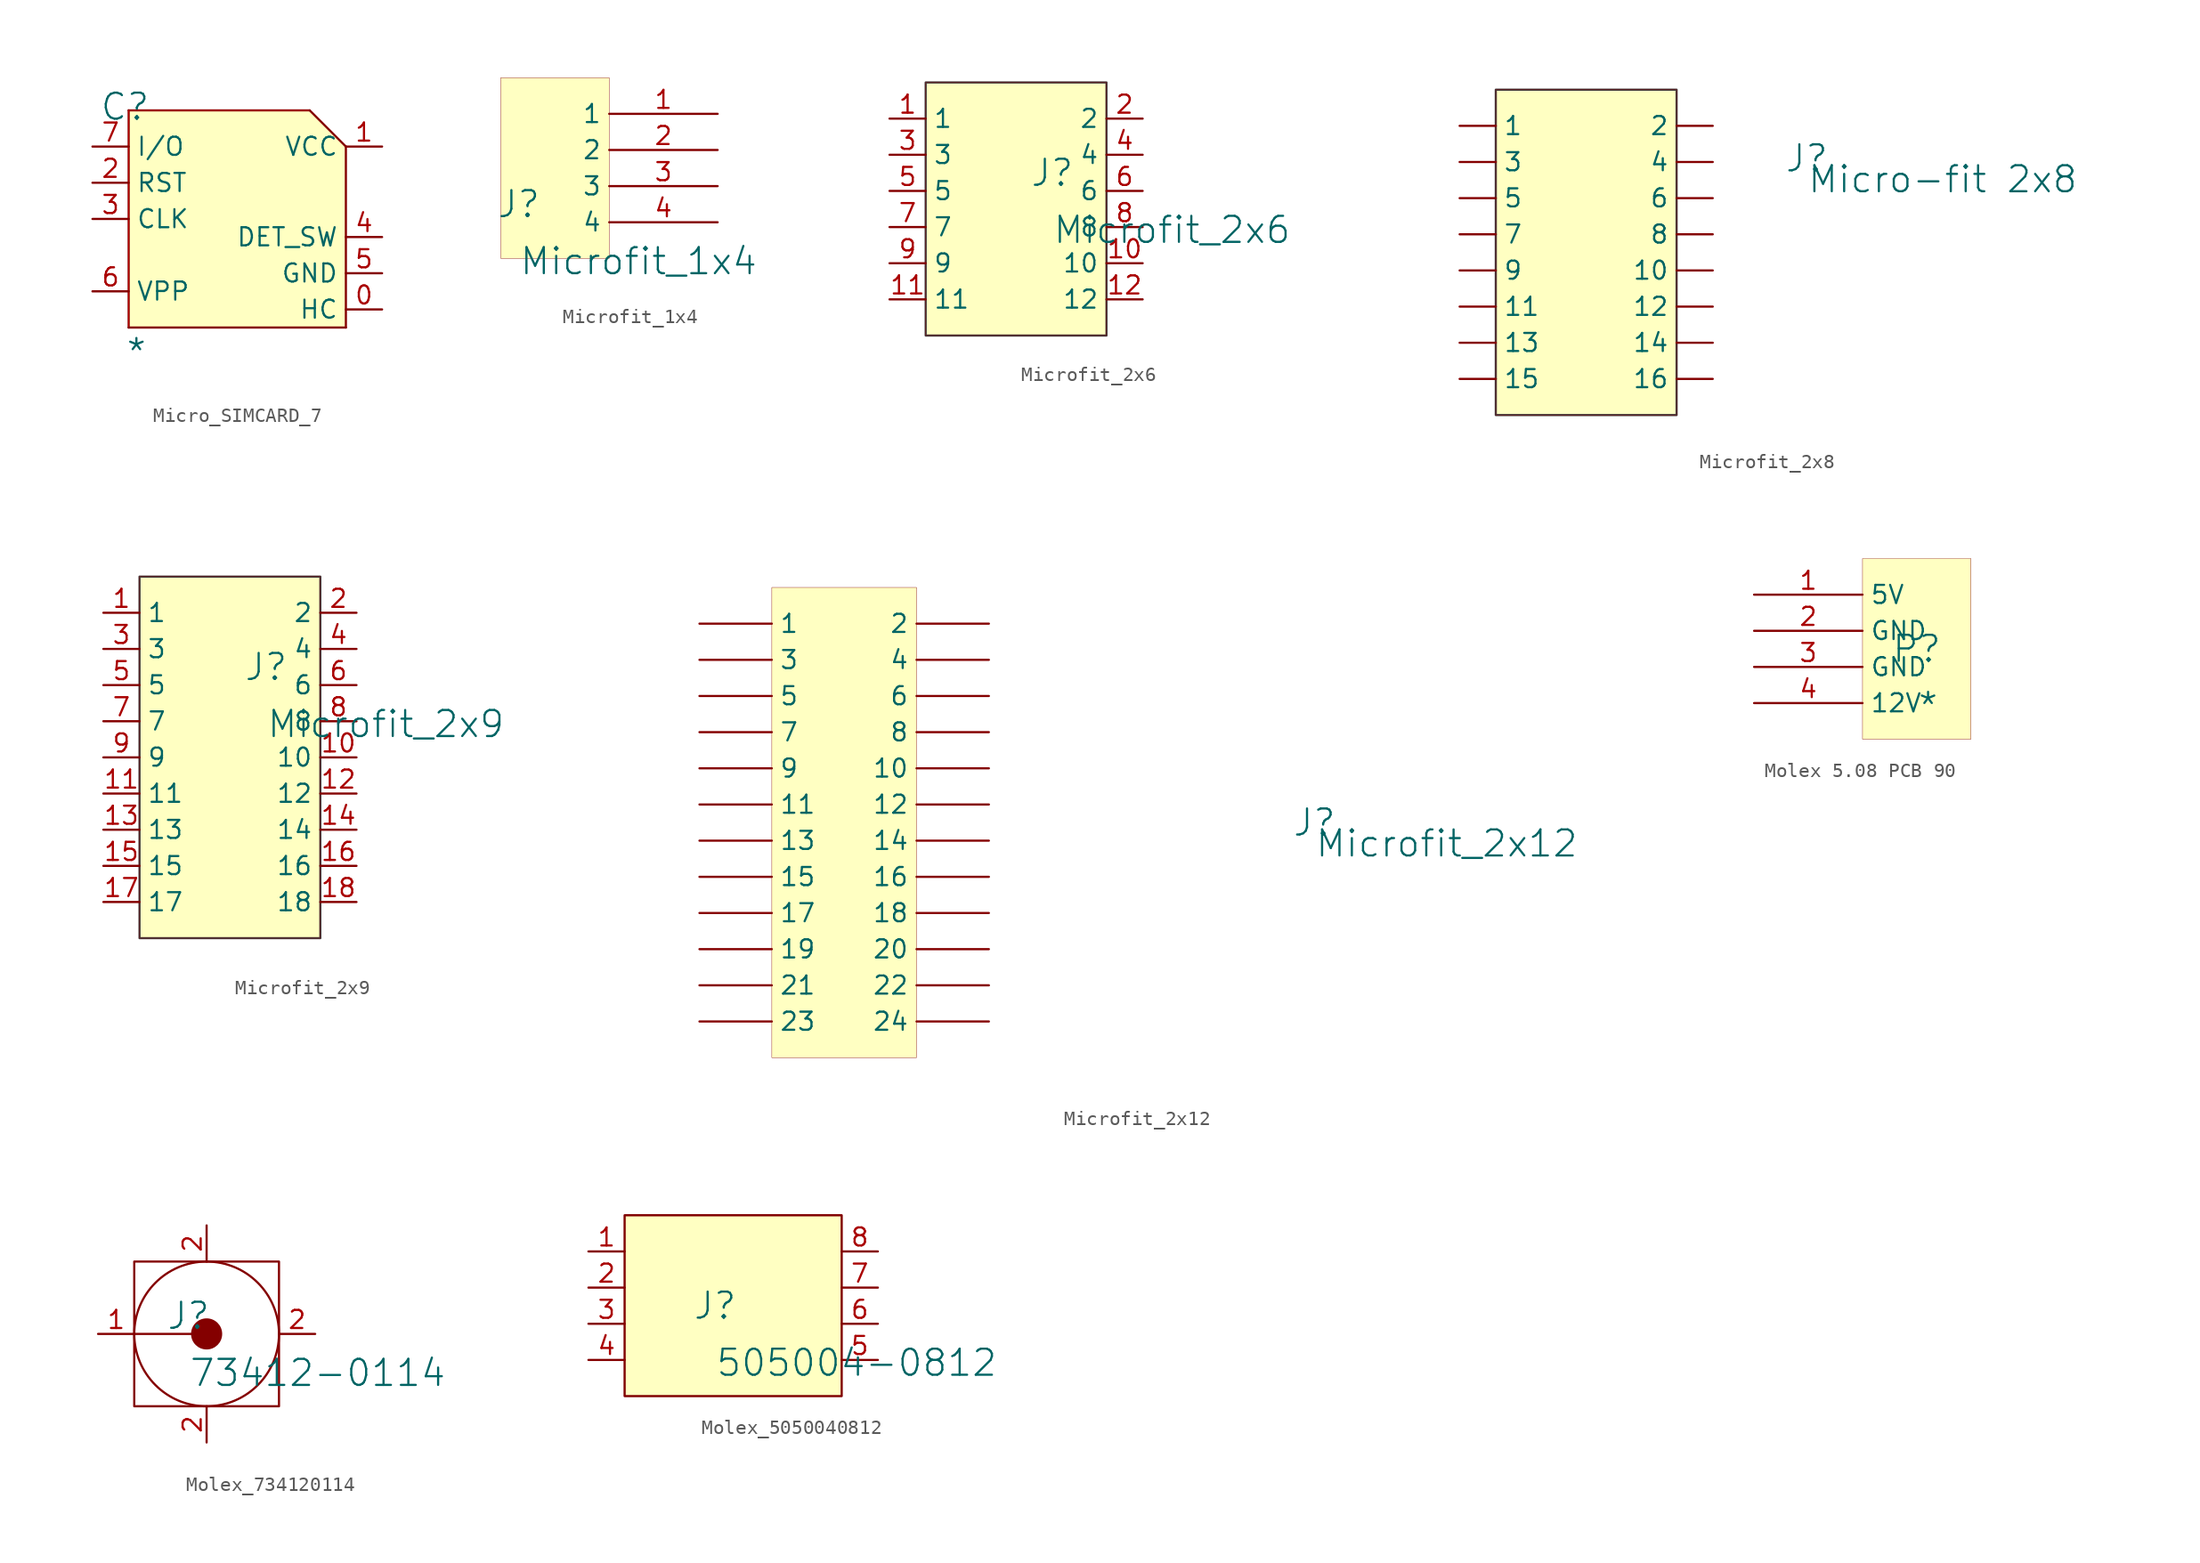
<source format=kicad_sym>
(kicad_symbol_lib
  (version 20241209)
  (generator "kicad_symbol_editor")
  (generator_version "9.0")
  (symbol "Micro_SIMCARD_7"
    (property "Reference" "C"
      (at -0.254 0.254 0)
      (effects (font (size 1.829 1.829))))
    (property "Value" "*"
      (at -0.254 -18.034 0)
      (effects (font (size 1.829 1.829)) (justify left bottom)))
    (symbol "Micro_SIMCARD_7_1_0"
      (polyline (pts (xy 0 0) (xy 0 -15.24)) (stroke (width 0) (type solid)) (fill (type none)))
      (polyline (pts (xy 0 0) (xy 12.7 0)) (stroke (width 0) (type solid)) (fill (type none)))
      (polyline (pts (xy 0 0) (xy 0 -15.24) (xy 15.24 -15.24) (xy 15.24 -2.54) (xy 12.7 0) (xy 0 0) (xy 0 0)) (stroke (width 0.025) (type solid) (color 255 0 0 1)) (fill (type background)))
      (polyline (pts (xy 12.7 0) (xy 15.24 -2.54)) (stroke (width 0) (type solid)) (fill (type none)))
      (polyline (pts (xy 15.24 -2.54) (xy 15.24 -15.24)) (stroke (width 0) (type solid)) (fill (type none)))
      (polyline (pts (xy 15.24 -15.24) (xy 0 -15.24)) (stroke (width 0) (type solid)) (fill (type none)))
      (pin passive line (at -2.54 -2.54 0) (length 2.54) (name "I/O" (effects (font (size 1.27 1.27)))) (number "7" (effects (font (size 1.27 1.27)))))
      (pin passive line (at -2.54 -5.08 0) (length 2.54) (name "RST" (effects (font (size 1.27 1.27)))) (number "2" (effects (font (size 1.27 1.27)))))
      (pin passive line (at -2.54 -7.62 0) (length 2.54) (name "CLK" (effects (font (size 1.27 1.27)))) (number "3" (effects (font (size 1.27 1.27)))))
      (pin passive line (at -2.54 -12.7 0) (length 2.54) (name "VPP" (effects (font (size 1.27 1.27)))) (number "6" (effects (font (size 1.27 1.27)))))
      (pin passive line (at 17.78 -2.54 180) (length 2.54) (name "VCC" (effects (font (size 1.27 1.27)))) (number "1" (effects (font (size 1.27 1.27)))))
      (pin passive line (at 17.78 -8.89 180) (length 2.54) (name "DET_SW" (effects (font (size 1.27 1.27)))) (number "4" (effects (font (size 1.27 1.27)))))
      (pin passive line (at 17.78 -11.43 180) (length 2.54) (name "GND" (effects (font (size 1.27 1.27)))) (number "5" (effects (font (size 1.27 1.27)))))
      (pin passive line (at 17.78 -13.97 180) (length 2.54) (name "HC" (effects (font (size 1.27 1.27)))) (number "0" (effects (font (size 1.27 1.27)))))))
  (symbol "Microfit_1x4"
    (property "Reference" "J"
      (at -1.27 1.27 0)
      (effects (font (size 1.829 1.829))))
    (property "Value" "Microfit_1x4"
      (at -1.27 -3.81 0)
      (effects (font (size 1.829 1.829)) (justify left bottom)))
    (symbol "Microfit_1x4_1_0"
      (rectangle (start 5.08 10.16) (end -2.54 -2.54) (stroke (width 0.025) (type solid) (color 128 0 0 1)) (fill (type background)))
      (pin passive line (at 12.7 7.62 180) (length 7.62) (name "1" (effects (font (size 1.27 1.27)))) (number "1" (effects (font (size 1.27 1.27)))))
      (pin passive line (at 12.7 5.08 180) (length 7.62) (name "2" (effects (font (size 1.27 1.27)))) (number "2" (effects (font (size 1.27 1.27)))))
      (pin passive line (at 12.7 2.54 180) (length 7.62) (name "3" (effects (font (size 1.27 1.27)))) (number "3" (effects (font (size 1.27 1.27)))))
      (pin passive line (at 12.7 0 180) (length 7.62) (name "4" (effects (font (size 1.27 1.27)))) (number "4" (effects (font (size 1.27 1.27)))))))
  (symbol "Microfit_2x6"
    (property "Reference" "J"
      (at -1.27 1.27 0)
      (effects (font (size 1.829 1.829))))
    (property "Value" "Microfit_2x6"
      (at -1.27 -3.81 0)
      (effects (font (size 1.829 1.829)) (justify left bottom)))
    (symbol "Microfit_2x6_1_0"
      (polyline (pts (xy -10.16 -10.16) (xy -10.16 7.62) (xy 2.54 7.62) (xy 2.54 -10.16) (xy -10.16 -10.16)) (stroke (width 0) (type solid) (color 68 60 62 1)) (fill (type none)))
      (rectangle (start 2.54 7.62) (end -10.16 -10.16) (stroke (width 0.025) (type solid) (color 128 0 0 1)) (fill (type background)))
      (pin passive line (at -12.7 5.08 0) (length 2.54) (name "1" (effects (font (size 1.27 1.27)))) (number "1" (effects (font (size 1.27 1.27)))))
      (pin passive line (at -12.7 2.54 0) (length 2.54) (name "3" (effects (font (size 1.27 1.27)))) (number "3" (effects (font (size 1.27 1.27)))))
      (pin passive line (at -12.7 0 0) (length 2.54) (name "5" (effects (font (size 1.27 1.27)))) (number "5" (effects (font (size 1.27 1.27)))))
      (pin passive line (at -12.7 -2.54 0) (length 2.54) (name "7" (effects (font (size 1.27 1.27)))) (number "7" (effects (font (size 1.27 1.27)))))
      (pin passive line (at -12.7 -5.08 0) (length 2.54) (name "9" (effects (font (size 1.27 1.27)))) (number "9" (effects (font (size 1.27 1.27)))))
      (pin passive line (at -12.7 -7.62 0) (length 2.54) (name "11" (effects (font (size 1.27 1.27)))) (number "11" (effects (font (size 1.27 1.27)))))
      (pin passive line (at 5.08 5.08 180) (length 2.54) (name "2" (effects (font (size 1.27 1.27)))) (number "2" (effects (font (size 1.27 1.27)))))
      (pin passive line (at 5.08 2.54 180) (length 2.54) (name "4" (effects (font (size 1.27 1.27)))) (number "4" (effects (font (size 1.27 1.27)))))
      (pin passive line (at 5.08 0 180) (length 2.54) (name "6" (effects (font (size 1.27 1.27)))) (number "6" (effects (font (size 1.27 1.27)))))
      (pin passive line (at 5.08 -2.54 180) (length 2.54) (name "8" (effects (font (size 1.27 1.27)))) (number "8" (effects (font (size 1.27 1.27)))))
      (pin passive line (at 5.08 -5.08 180) (length 2.54) (name "10" (effects (font (size 1.27 1.27)))) (number "10" (effects (font (size 1.27 1.27)))))
      (pin passive line (at 5.08 -7.62 180) (length 2.54) (name "12" (effects (font (size 1.27 1.27)))) (number "12" (effects (font (size 1.27 1.27)))))))
  (symbol "Microfit_2x8"
    (pin_numbers
      (hide yes))
    (property "Reference" "J"
      (at 15.494 7.874 0)
      (effects (font (size 1.829 1.829))))
    (property "Value" "Micro-fit 2x8"
      (at 15.494 5.334 0)
      (effects (font (size 1.829 1.829)) (justify left bottom)))
    (symbol "Microfit_2x8_1_0"
      (polyline (pts (xy -6.35 -10.16) (xy -6.35 12.7) (xy 6.35 12.7) (xy 6.35 -10.16) (xy -6.35 -10.16)) (stroke (width 0) (type solid) (color 68 60 62 1)) (fill (type none)))
      (rectangle (start 6.35 12.7) (end -6.35 -10.16) (stroke (width 0.025) (type solid) (color 128 0 0 1)) (fill (type background)))
      (pin passive line (at -8.89 10.16 0) (length 2.54) (name "1" (effects (font (size 1.27 1.27)))) (number "1" (effects (font (size 1.27 1.27)))))
      (pin passive line (at -8.89 7.62 0) (length 2.54) (name "3" (effects (font (size 1.27 1.27)))) (number "3" (effects (font (size 1.27 1.27)))))
      (pin passive line (at -8.89 5.08 0) (length 2.54) (name "5" (effects (font (size 1.27 1.27)))) (number "5" (effects (font (size 1.27 1.27)))))
      (pin passive line (at -8.89 2.54 0) (length 2.54) (name "7" (effects (font (size 1.27 1.27)))) (number "7" (effects (font (size 1.27 1.27)))))
      (pin passive line (at -8.89 0 0) (length 2.54) (name "9" (effects (font (size 1.27 1.27)))) (number "9" (effects (font (size 1.27 1.27)))))
      (pin passive line (at -8.89 -2.54 0) (length 2.54) (name "11" (effects (font (size 1.27 1.27)))) (number "11" (effects (font (size 1.27 1.27)))))
      (pin passive line (at -8.89 -5.08 0) (length 2.54) (name "13" (effects (font (size 1.27 1.27)))) (number "13" (effects (font (size 1.27 1.27)))))
      (pin passive line (at -8.89 -7.62 0) (length 2.54) (name "15" (effects (font (size 1.27 1.27)))) (number "15" (effects (font (size 1.27 1.27)))))
      (pin passive line (at 8.89 10.16 180) (length 2.54) (name "2" (effects (font (size 1.27 1.27)))) (number "2" (effects (font (size 1.27 1.27)))))
      (pin passive line (at 8.89 7.62 180) (length 2.54) (name "4" (effects (font (size 1.27 1.27)))) (number "4" (effects (font (size 1.27 1.27)))))
      (pin passive line (at 8.89 5.08 180) (length 2.54) (name "6" (effects (font (size 1.27 1.27)))) (number "6" (effects (font (size 1.27 1.27)))))
      (pin passive line (at 8.89 2.54 180) (length 2.54) (name "8" (effects (font (size 1.27 1.27)))) (number "8" (effects (font (size 1.27 1.27)))))
      (pin passive line (at 8.89 0 180) (length 2.54) (name "10" (effects (font (size 1.27 1.27)))) (number "10" (effects (font (size 1.27 1.27)))))
      (pin passive line (at 8.89 -2.54 180) (length 2.54) (name "12" (effects (font (size 1.27 1.27)))) (number "12" (effects (font (size 1.27 1.27)))))
      (pin passive line (at 8.89 -5.08 180) (length 2.54) (name "14" (effects (font (size 1.27 1.27)))) (number "14" (effects (font (size 1.27 1.27)))))
      (pin passive line (at 8.89 -7.62 180) (length 2.54) (name "16" (effects (font (size 1.27 1.27)))) (number "16" (effects (font (size 1.27 1.27)))))))
  (symbol "Microfit_2x9"
    (property "Reference" "J"
      (at -1.27 1.27 0)
      (effects (font (size 1.829 1.829))))
    (property "Value" "Microfit_2x9"
      (at -1.27 -3.81 0)
      (effects (font (size 1.829 1.829)) (justify left bottom)))
    (symbol "Microfit_2x9_1_0"
      (polyline (pts (xy -10.16 -17.78) (xy -10.16 7.62) (xy 2.54 7.62) (xy 2.54 -17.78) (xy -10.16 -17.78)) (stroke (width 0) (type solid) (color 68 60 62 1)) (fill (type none)))
      (rectangle (start 2.54 7.62) (end -10.16 -17.78) (stroke (width 0.025) (type solid) (color 128 0 0 1)) (fill (type background)))
      (pin passive line (at -12.7 5.08 0) (length 2.54) (name "1" (effects (font (size 1.27 1.27)))) (number "1" (effects (font (size 1.27 1.27)))))
      (pin passive line (at -12.7 2.54 0) (length 2.54) (name "3" (effects (font (size 1.27 1.27)))) (number "3" (effects (font (size 1.27 1.27)))))
      (pin passive line (at -12.7 0 0) (length 2.54) (name "5" (effects (font (size 1.27 1.27)))) (number "5" (effects (font (size 1.27 1.27)))))
      (pin passive line (at -12.7 -2.54 0) (length 2.54) (name "7" (effects (font (size 1.27 1.27)))) (number "7" (effects (font (size 1.27 1.27)))))
      (pin passive line (at -12.7 -5.08 0) (length 2.54) (name "9" (effects (font (size 1.27 1.27)))) (number "9" (effects (font (size 1.27 1.27)))))
      (pin passive line (at -12.7 -7.62 0) (length 2.54) (name "11" (effects (font (size 1.27 1.27)))) (number "11" (effects (font (size 1.27 1.27)))))
      (pin passive line (at -12.7 -10.16 0) (length 2.54) (name "13" (effects (font (size 1.27 1.27)))) (number "13" (effects (font (size 1.27 1.27)))))
      (pin passive line (at -12.7 -12.7 0) (length 2.54) (name "15" (effects (font (size 1.27 1.27)))) (number "15" (effects (font (size 1.27 1.27)))))
      (pin passive line (at -12.7 -15.24 0) (length 2.54) (name "17" (effects (font (size 1.27 1.27)))) (number "17" (effects (font (size 1.27 1.27)))))
      (pin passive line (at 5.08 5.08 180) (length 2.54) (name "2" (effects (font (size 1.27 1.27)))) (number "2" (effects (font (size 1.27 1.27)))))
      (pin passive line (at 5.08 2.54 180) (length 2.54) (name "4" (effects (font (size 1.27 1.27)))) (number "4" (effects (font (size 1.27 1.27)))))
      (pin passive line (at 5.08 0 180) (length 2.54) (name "6" (effects (font (size 1.27 1.27)))) (number "6" (effects (font (size 1.27 1.27)))))
      (pin passive line (at 5.08 -2.54 180) (length 2.54) (name "8" (effects (font (size 1.27 1.27)))) (number "8" (effects (font (size 1.27 1.27)))))
      (pin passive line (at 5.08 -5.08 180) (length 2.54) (name "10" (effects (font (size 1.27 1.27)))) (number "10" (effects (font (size 1.27 1.27)))))
      (pin passive line (at 5.08 -7.62 180) (length 2.54) (name "12" (effects (font (size 1.27 1.27)))) (number "12" (effects (font (size 1.27 1.27)))))
      (pin passive line (at 5.08 -10.16 180) (length 2.54) (name "14" (effects (font (size 1.27 1.27)))) (number "14" (effects (font (size 1.27 1.27)))))
      (pin passive line (at 5.08 -12.7 180) (length 2.54) (name "16" (effects (font (size 1.27 1.27)))) (number "16" (effects (font (size 1.27 1.27)))))
      (pin passive line (at 5.08 -15.24 180) (length 2.54) (name "18" (effects (font (size 1.27 1.27)))) (number "18" (effects (font (size 1.27 1.27)))))))
  (symbol "Microfit_2x12"
    (pin_numbers
      (hide yes))
    (property "Reference" "J"
      (at 33.02 -2.54 0)
      (effects (font (size 1.829 1.829))))
    (property "Value" "Microfit_2x12"
      (at 33.02 -5.08 0)
      (effects (font (size 1.829 1.829)) (justify left bottom)))
    (symbol "Microfit_2x12_1_0"
      (rectangle (start 5.08 13.97) (end -5.08 -19.05) (stroke (width 0.025) (type solid) (color 128 0 0 1)) (fill (type background)))
      (pin passive line (at -10.16 11.43 0) (length 5.08) (name "1" (effects (font (size 1.27 1.27)))) (number "1" (effects (font (size 1.27 1.27)))))
      (pin passive line (at -10.16 8.89 0) (length 5.08) (name "3" (effects (font (size 1.27 1.27)))) (number "3" (effects (font (size 1.27 1.27)))))
      (pin passive line (at -10.16 6.35 0) (length 5.08) (name "5" (effects (font (size 1.27 1.27)))) (number "5" (effects (font (size 1.27 1.27)))))
      (pin passive line (at -10.16 3.81 0) (length 5.08) (name "7" (effects (font (size 1.27 1.27)))) (number "7" (effects (font (size 1.27 1.27)))))
      (pin passive line (at -10.16 1.27 0) (length 5.08) (name "9" (effects (font (size 1.27 1.27)))) (number "9" (effects (font (size 1.27 1.27)))))
      (pin passive line (at -10.16 -1.27 0) (length 5.08) (name "11" (effects (font (size 1.27 1.27)))) (number "11" (effects (font (size 1.27 1.27)))))
      (pin passive line (at -10.16 -3.81 0) (length 5.08) (name "13" (effects (font (size 1.27 1.27)))) (number "13" (effects (font (size 1.27 1.27)))))
      (pin passive line (at -10.16 -6.35 0) (length 5.08) (name "15" (effects (font (size 1.27 1.27)))) (number "15" (effects (font (size 1.27 1.27)))))
      (pin passive line (at -10.16 -8.89 0) (length 5.08) (name "17" (effects (font (size 1.27 1.27)))) (number "17" (effects (font (size 1.27 1.27)))))
      (pin passive line (at -10.16 -11.43 0) (length 5.08) (name "19" (effects (font (size 1.27 1.27)))) (number "19" (effects (font (size 1.27 1.27)))))
      (pin passive line (at -10.16 -13.97 0) (length 5.08) (name "21" (effects (font (size 1.27 1.27)))) (number "21" (effects (font (size 1.27 1.27)))))
      (pin passive line (at -10.16 -16.51 0) (length 5.08) (name "23" (effects (font (size 1.27 1.27)))) (number "23" (effects (font (size 1.27 1.27)))))
      (pin passive line (at 10.16 11.43 180) (length 5.08) (name "2" (effects (font (size 1.27 1.27)))) (number "2" (effects (font (size 1.27 1.27)))))
      (pin passive line (at 10.16 8.89 180) (length 5.08) (name "4" (effects (font (size 1.27 1.27)))) (number "4" (effects (font (size 1.27 1.27)))))
      (pin passive line (at 10.16 6.35 180) (length 5.08) (name "6" (effects (font (size 1.27 1.27)))) (number "6" (effects (font (size 1.27 1.27)))))
      (pin passive line (at 10.16 3.81 180) (length 5.08) (name "8" (effects (font (size 1.27 1.27)))) (number "8" (effects (font (size 1.27 1.27)))))
      (pin passive line (at 10.16 1.27 180) (length 5.08) (name "10" (effects (font (size 1.27 1.27)))) (number "10" (effects (font (size 1.27 1.27)))))
      (pin passive line (at 10.16 -1.27 180) (length 5.08) (name "12" (effects (font (size 1.27 1.27)))) (number "12" (effects (font (size 1.27 1.27)))))
      (pin passive line (at 10.16 -3.81 180) (length 5.08) (name "14" (effects (font (size 1.27 1.27)))) (number "14" (effects (font (size 1.27 1.27)))))
      (pin passive line (at 10.16 -6.35 180) (length 5.08) (name "16" (effects (font (size 1.27 1.27)))) (number "16" (effects (font (size 1.27 1.27)))))
      (pin passive line (at 10.16 -8.89 180) (length 5.08) (name "18" (effects (font (size 1.27 1.27)))) (number "18" (effects (font (size 1.27 1.27)))))
      (pin passive line (at 10.16 -11.43 180) (length 5.08) (name "20" (effects (font (size 1.27 1.27)))) (number "20" (effects (font (size 1.27 1.27)))))
      (pin passive line (at 10.16 -13.97 180) (length 5.08) (name "22" (effects (font (size 1.27 1.27)))) (number "22" (effects (font (size 1.27 1.27)))))
      (pin passive line (at 10.16 -16.51 180) (length 5.08) (name "24" (effects (font (size 1.27 1.27)))) (number "24" (effects (font (size 1.27 1.27)))))))
  (symbol "Molex 5.08 PCB 90"
    (property "Reference" "P"
      (at -1.27 1.27 0)
      (effects (font (size 1.829 1.829))))
    (property "Value" "*"
      (at -1.27 -3.81 0)
      (effects (font (size 1.829 1.829)) (justify left bottom)))
    (symbol "Molex 5.08 PCB 90_1_0"
      (rectangle (start 2.54 7.62) (end -5.08 -5.08) (stroke (width 0.025) (type solid) (color 128 0 0 1)) (fill (type background)))
      (pin passive line (at -12.7 5.08 0) (length 7.62) (name "5V" (effects (font (size 1.27 1.27)))) (number "1" (effects (font (size 1.27 1.27)))))
      (pin passive line (at -12.7 2.54 0) (length 7.62) (name "GND" (effects (font (size 1.27 1.27)))) (number "2" (effects (font (size 1.27 1.27)))))
      (pin passive line (at -12.7 0 0) (length 7.62) (name "GND" (effects (font (size 1.27 1.27)))) (number "3" (effects (font (size 1.27 1.27)))))
      (pin passive line (at -12.7 -2.54 0) (length 7.62) (name "12V" (effects (font (size 1.27 1.27)))) (number "4" (effects (font (size 1.27 1.27)))))))
  (symbol "Molex_734120114"
    (pin_names
      (hide yes))
    (property "Reference" "J"
      (at -1.27 1.27 0)
      (effects (font (size 1.829 1.829))))
    (property "Value" "73412-0114"
      (at -1.27 -3.81 0)
      (effects (font (size 1.829 1.829)) (justify left bottom)))
    (symbol "Molex_734120114_1_0"
      (polyline (pts (xy -5.08 0) (xy -1.016 0)) (stroke (width 0) (type solid)) (fill (type none)))
      (polyline (pts (xy -5.08 -5.08) (xy -5.08 5.08) (xy 5.08 5.08) (xy 5.08 -5.08) (xy -5.08 -5.08)) (stroke (width 0) (type solid)) (fill (type none)))
      (circle (center 0 0) (radius 1.016) (stroke (width 0) (type solid)) (fill (type outline)))
      (circle (center 0 0) (radius 5.08) (stroke (width 0) (type solid)) (fill (type none)))
      (pin input line (at -7.62 0 0) (length 2.54) (name "Signal" (effects (font (size 1.27 1.27)))) (number "1" (effects (font (size 1.27 1.27)))))
      (pin power_in line (at 0 7.62 270) (length 2.54) (name "GND" (effects (font (size 1.27 1.27)))) (number "2" (effects (font (size 1.27 1.27)))))
      (pin power_in line (at 0 -7.62 90) (length 2.54) (name "GND" (effects (font (size 1.27 1.27)))) (number "2" (effects (font (size 1.27 1.27)))))
      (pin power_in line (at 7.62 0 180) (length 2.54) (name "GND" (effects (font (size 1.27 1.27)))) (number "2" (effects (font (size 1.27 1.27)))))))
  (symbol "Molex_5050040812"
    (pin_names
      (hide yes))
    (property "Reference" "J"
      (at -1.27 1.27 0)
      (effects (font (size 1.829 1.829))))
    (property "Value" "505004-0812"
      (at -1.27 -3.81 0)
      (effects (font (size 1.829 1.829)) (justify left bottom)))
    (symbol "Molex_5050040812_1_0"
      (rectangle (start 7.62 7.62) (end -7.62 -5.08) (stroke (width 0) (type solid) (color 128 0 0 1)) (fill (type background)))
      (pin power_in line (at -10.16 5.08 0) (length 2.54) (name "" (effects (font (size 1.27 1.27)))) (number "1" (effects (font (size 1.27 1.27)))))
      (pin power_in line (at -10.16 2.54 0) (length 2.54) (name "" (effects (font (size 1.27 1.27)))) (number "2" (effects (font (size 1.27 1.27)))))
      (pin power_in line (at -10.16 0 0) (length 2.54) (name "" (effects (font (size 1.27 1.27)))) (number "3" (effects (font (size 1.27 1.27)))))
      (pin power_in line (at -10.16 -2.54 0) (length 2.54) (name "" (effects (font (size 1.27 1.27)))) (number "4" (effects (font (size 1.27 1.27)))))
      (pin power_in line (at 10.16 5.08 180) (length 2.54) (name "" (effects (font (size 1.27 1.27)))) (number "8" (effects (font (size 1.27 1.27)))))
      (pin power_in line (at 10.16 2.54 180) (length 2.54) (name "" (effects (font (size 1.27 1.27)))) (number "7" (effects (font (size 1.27 1.27)))))
      (pin power_in line (at 10.16 0 180) (length 2.54) (name "" (effects (font (size 1.27 1.27)))) (number "6" (effects (font (size 1.27 1.27)))))
      (pin power_in line (at 10.16 -2.54 180) (length 2.54) (name "" (effects (font (size 1.27 1.27)))) (number "5" (effects (font (size 1.27 1.27))))))))
</source>
